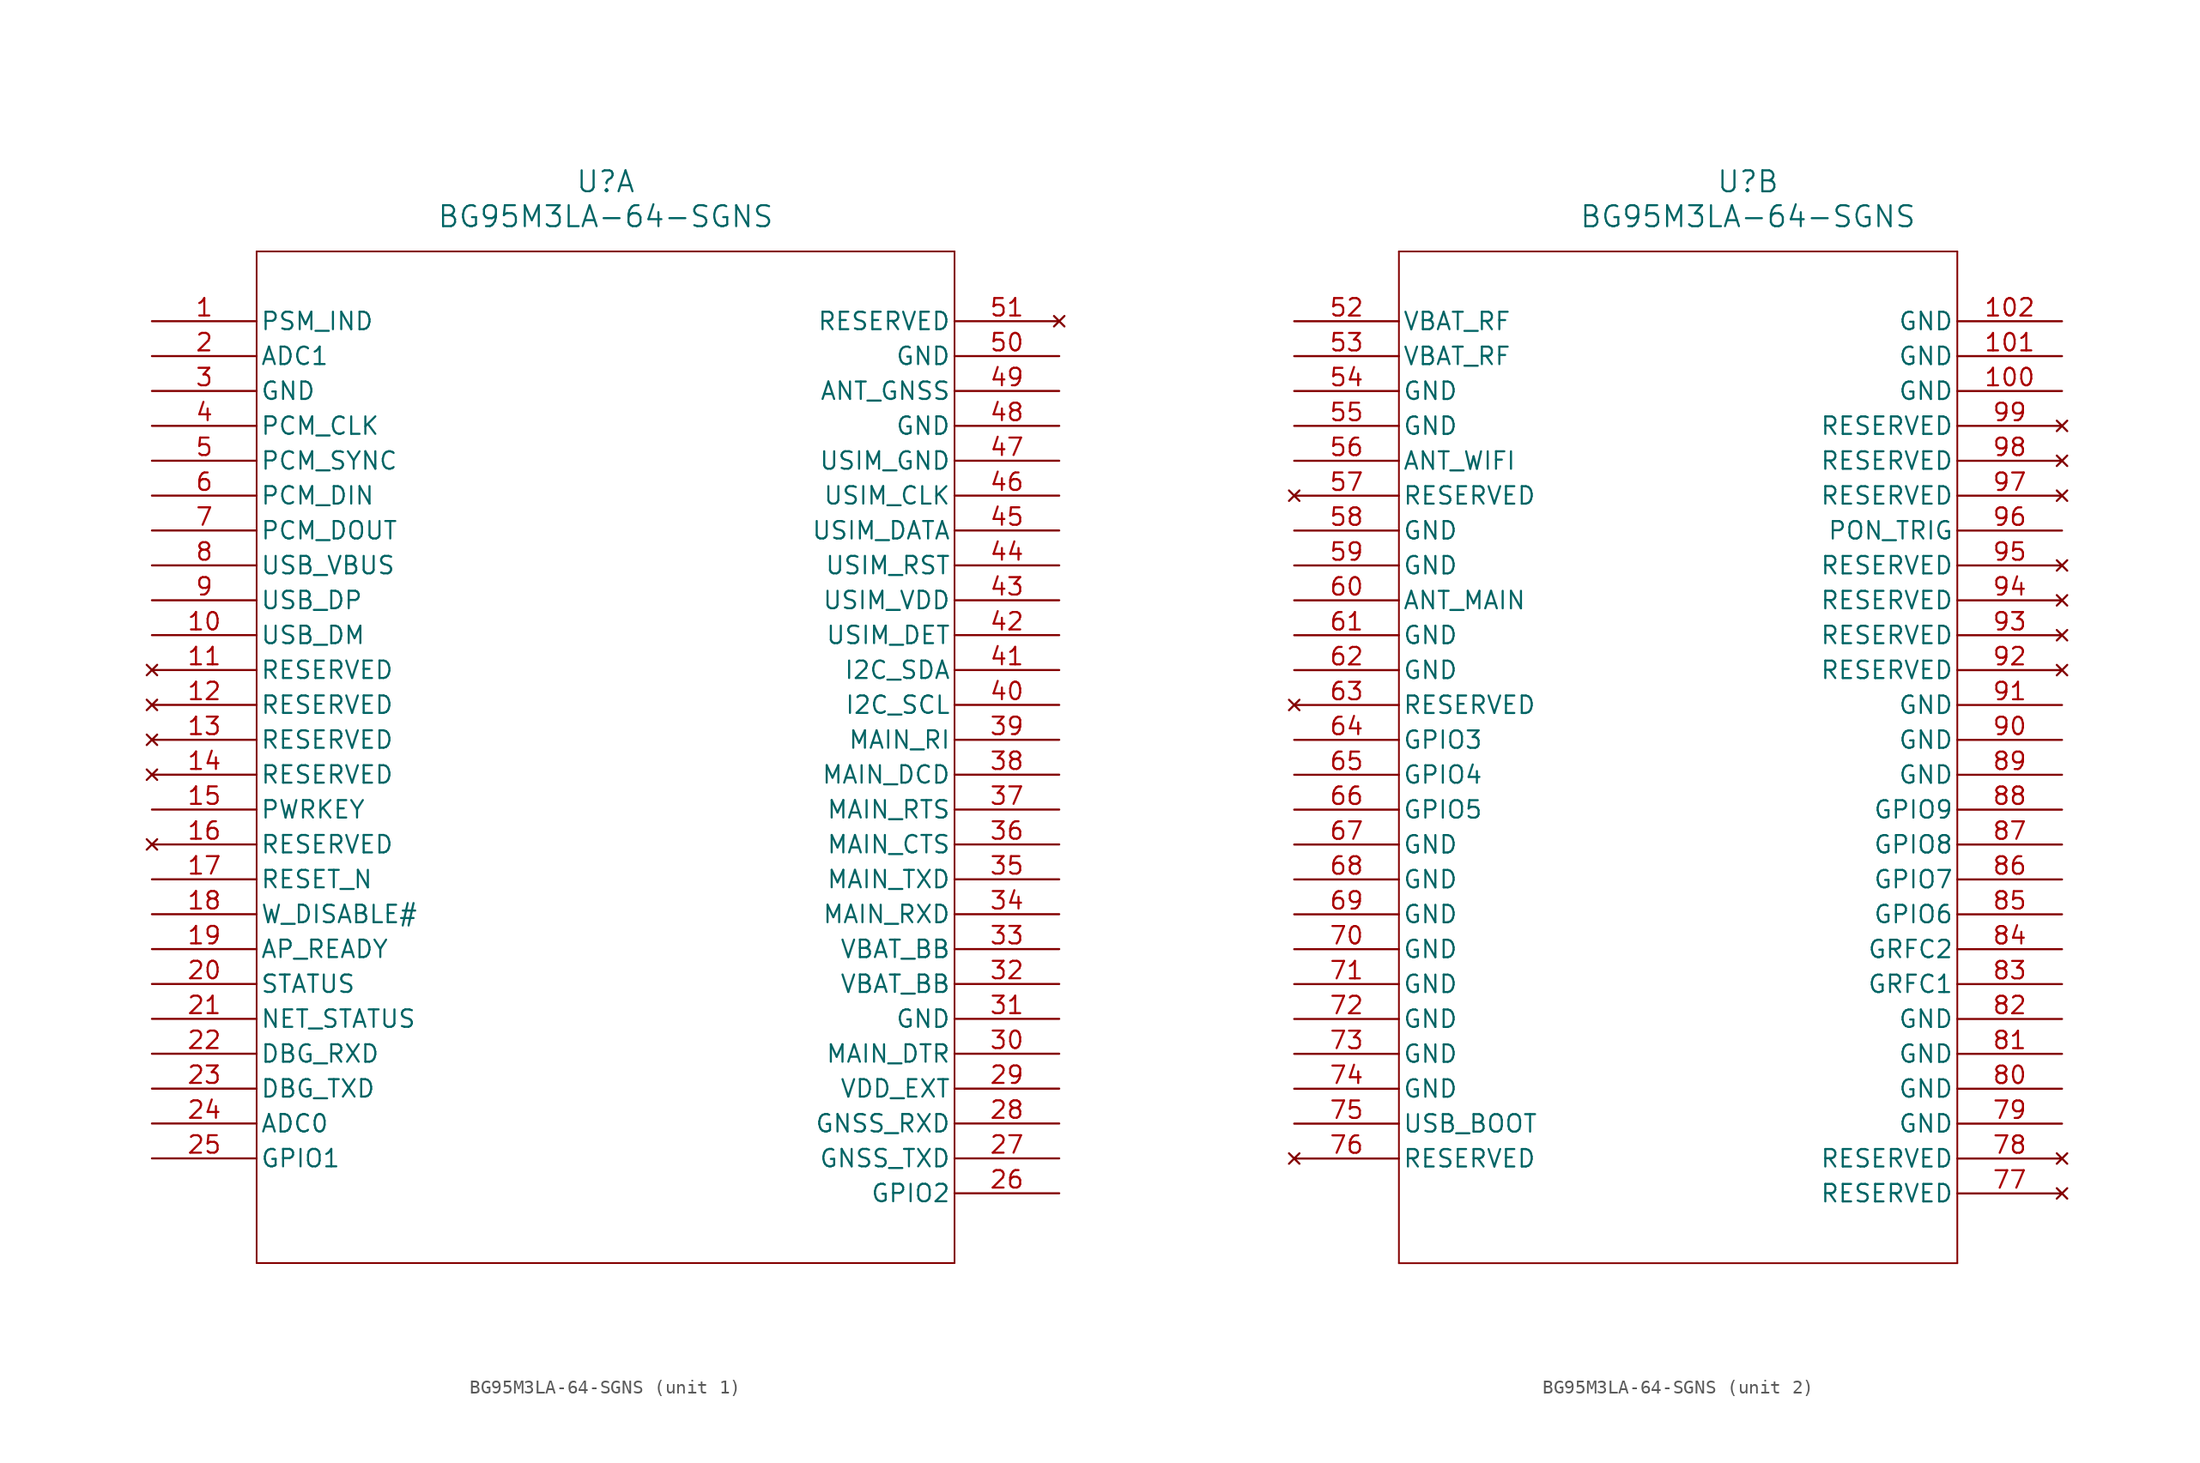
<source format=kicad_sym>
(kicad_symbol_lib
  (version 20231120)
  (generator "kicad_symbol_editor")
  (generator_version "8.0")
  (symbol "BG95M3LA-64-SGNS"
    (pin_names
      (offset 0.254))
    (property "Reference" "U"
      (at 33.02 10.16 0)
      (effects (font (size 1.524 1.524))))
    (property "Value" "BG95M3LA-64-SGNS"
      (at 33.02 7.62 0)
      (effects (font (size 1.524 1.524))))
    (property "ki_locked" ""
      (at 0 0 0)
      (effects (font (size 1.27 1.27))))
    (symbol "BG95M3LA-64-SGNS_1_1"
      (polyline (pts (xy 7.62 -68.58) (xy 58.42 -68.58)) (stroke (width 0.127) (type default)) (fill (type none)))
      (polyline (pts (xy 7.62 5.08) (xy 7.62 -68.58)) (stroke (width 0.127) (type default)) (fill (type none)))
      (polyline (pts (xy 58.42 -68.58) (xy 58.42 5.08)) (stroke (width 0.127) (type default)) (fill (type none)))
      (polyline (pts (xy 58.42 5.08) (xy 7.62 5.08)) (stroke (width 0.127) (type default)) (fill (type none)))
      (pin output line (at 0 0 0) (length 7.62) (name "PSM_IND" (effects (font (size 1.27 1.27)))) (number "1" (effects (font (size 1.27 1.27)))))
      (pin bidirectional line (at 0 -22.86 0) (length 7.62) (name "USB_DM" (effects (font (size 1.27 1.27)))) (number "10" (effects (font (size 1.27 1.27)))))
      (pin no_connect line (at 0 -25.4 0) (length 7.62) (name "RESERVED" (effects (font (size 1.27 1.27)))) (number "11" (effects (font (size 1.27 1.27)))))
      (pin no_connect line (at 0 -27.94 0) (length 7.62) (name "RESERVED" (effects (font (size 1.27 1.27)))) (number "12" (effects (font (size 1.27 1.27)))))
      (pin no_connect line (at 0 -30.48 0) (length 7.62) (name "RESERVED" (effects (font (size 1.27 1.27)))) (number "13" (effects (font (size 1.27 1.27)))))
      (pin no_connect line (at 0 -33.02 0) (length 7.62) (name "RESERVED" (effects (font (size 1.27 1.27)))) (number "14" (effects (font (size 1.27 1.27)))))
      (pin input line (at 0 -35.56 0) (length 7.62) (name "PWRKEY" (effects (font (size 1.27 1.27)))) (number "15" (effects (font (size 1.27 1.27)))))
      (pin no_connect line (at 0 -38.1 0) (length 7.62) (name "RESERVED" (effects (font (size 1.27 1.27)))) (number "16" (effects (font (size 1.27 1.27)))))
      (pin input line (at 0 -40.64 0) (length 7.62) (name "RESET_N" (effects (font (size 1.27 1.27)))) (number "17" (effects (font (size 1.27 1.27)))))
      (pin input line (at 0 -43.18 0) (length 7.62) (name "W_DISABLE#" (effects (font (size 1.27 1.27)))) (number "18" (effects (font (size 1.27 1.27)))))
      (pin input line (at 0 -45.72 0) (length 7.62) (name "AP_READY" (effects (font (size 1.27 1.27)))) (number "19" (effects (font (size 1.27 1.27)))))
      (pin input line (at 0 -2.54 0) (length 7.62) (name "ADC1" (effects (font (size 1.27 1.27)))) (number "2" (effects (font (size 1.27 1.27)))))
      (pin output line (at 0 -48.26 0) (length 7.62) (name "STATUS" (effects (font (size 1.27 1.27)))) (number "20" (effects (font (size 1.27 1.27)))))
      (pin output line (at 0 -50.8 0) (length 7.62) (name "NET_STATUS" (effects (font (size 1.27 1.27)))) (number "21" (effects (font (size 1.27 1.27)))))
      (pin input line (at 0 -53.34 0) (length 7.62) (name "DBG_RXD" (effects (font (size 1.27 1.27)))) (number "22" (effects (font (size 1.27 1.27)))))
      (pin output line (at 0 -55.88 0) (length 7.62) (name "DBG_TXD" (effects (font (size 1.27 1.27)))) (number "23" (effects (font (size 1.27 1.27)))))
      (pin input line (at 0 -58.42 0) (length 7.62) (name "ADC0" (effects (font (size 1.27 1.27)))) (number "24" (effects (font (size 1.27 1.27)))))
      (pin bidirectional line (at 0 -60.96 0) (length 7.62) (name "GPIO1" (effects (font (size 1.27 1.27)))) (number "25" (effects (font (size 1.27 1.27)))))
      (pin bidirectional line (at 66.04 -63.5 180) (length 7.62) (name "GPIO2" (effects (font (size 1.27 1.27)))) (number "26" (effects (font (size 1.27 1.27)))))
      (pin output line (at 66.04 -60.96 180) (length 7.62) (name "GNSS_TXD" (effects (font (size 1.27 1.27)))) (number "27" (effects (font (size 1.27 1.27)))))
      (pin input line (at 66.04 -58.42 180) (length 7.62) (name "GNSS_RXD" (effects (font (size 1.27 1.27)))) (number "28" (effects (font (size 1.27 1.27)))))
      (pin power_in line (at 66.04 -55.88 180) (length 7.62) (name "VDD_EXT" (effects (font (size 1.27 1.27)))) (number "29" (effects (font (size 1.27 1.27)))))
      (pin power_out line (at 0 -5.08 0) (length 7.62) (name "GND" (effects (font (size 1.27 1.27)))) (number "3" (effects (font (size 1.27 1.27)))))
      (pin input line (at 66.04 -53.34 180) (length 7.62) (name "MAIN_DTR" (effects (font (size 1.27 1.27)))) (number "30" (effects (font (size 1.27 1.27)))))
      (pin power_out line (at 66.04 -50.8 180) (length 7.62) (name "GND" (effects (font (size 1.27 1.27)))) (number "31" (effects (font (size 1.27 1.27)))))
      (pin power_in line (at 66.04 -48.26 180) (length 7.62) (name "VBAT_BB" (effects (font (size 1.27 1.27)))) (number "32" (effects (font (size 1.27 1.27)))))
      (pin power_in line (at 66.04 -45.72 180) (length 7.62) (name "VBAT_BB" (effects (font (size 1.27 1.27)))) (number "33" (effects (font (size 1.27 1.27)))))
      (pin input line (at 66.04 -43.18 180) (length 7.62) (name "MAIN_RXD" (effects (font (size 1.27 1.27)))) (number "34" (effects (font (size 1.27 1.27)))))
      (pin output line (at 66.04 -40.64 180) (length 7.62) (name "MAIN_TXD" (effects (font (size 1.27 1.27)))) (number "35" (effects (font (size 1.27 1.27)))))
      (pin output line (at 66.04 -38.1 180) (length 7.62) (name "MAIN_CTS" (effects (font (size 1.27 1.27)))) (number "36" (effects (font (size 1.27 1.27)))))
      (pin input line (at 66.04 -35.56 180) (length 7.62) (name "MAIN_RTS" (effects (font (size 1.27 1.27)))) (number "37" (effects (font (size 1.27 1.27)))))
      (pin output line (at 66.04 -33.02 180) (length 7.62) (name "MAIN_DCD" (effects (font (size 1.27 1.27)))) (number "38" (effects (font (size 1.27 1.27)))))
      (pin output line (at 66.04 -30.48 180) (length 7.62) (name "MAIN_RI" (effects (font (size 1.27 1.27)))) (number "39" (effects (font (size 1.27 1.27)))))
      (pin output line (at 0 -7.62 0) (length 7.62) (name "PCM_CLK" (effects (font (size 1.27 1.27)))) (number "4" (effects (font (size 1.27 1.27)))))
      (pin unspecified line (at 66.04 -27.94 180) (length 7.62) (name "I2C_SCL" (effects (font (size 1.27 1.27)))) (number "40" (effects (font (size 1.27 1.27)))))
      (pin unspecified line (at 66.04 -25.4 180) (length 7.62) (name "I2C_SDA" (effects (font (size 1.27 1.27)))) (number "41" (effects (font (size 1.27 1.27)))))
      (pin input line (at 66.04 -22.86 180) (length 7.62) (name "USIM_DET" (effects (font (size 1.27 1.27)))) (number "42" (effects (font (size 1.27 1.27)))))
      (pin power_in line (at 66.04 -20.32 180) (length 7.62) (name "USIM_VDD" (effects (font (size 1.27 1.27)))) (number "43" (effects (font (size 1.27 1.27)))))
      (pin output line (at 66.04 -17.78 180) (length 7.62) (name "USIM_RST" (effects (font (size 1.27 1.27)))) (number "44" (effects (font (size 1.27 1.27)))))
      (pin bidirectional line (at 66.04 -15.24 180) (length 7.62) (name "USIM_DATA" (effects (font (size 1.27 1.27)))) (number "45" (effects (font (size 1.27 1.27)))))
      (pin output line (at 66.04 -12.7 180) (length 7.62) (name "USIM_CLK" (effects (font (size 1.27 1.27)))) (number "46" (effects (font (size 1.27 1.27)))))
      (pin power_out line (at 66.04 -10.16 180) (length 7.62) (name "USIM_GND" (effects (font (size 1.27 1.27)))) (number "47" (effects (font (size 1.27 1.27)))))
      (pin power_out line (at 66.04 -7.62 180) (length 7.62) (name "GND" (effects (font (size 1.27 1.27)))) (number "48" (effects (font (size 1.27 1.27)))))
      (pin input line (at 66.04 -5.08 180) (length 7.62) (name "ANT_GNSS" (effects (font (size 1.27 1.27)))) (number "49" (effects (font (size 1.27 1.27)))))
      (pin output line (at 0 -10.16 0) (length 7.62) (name "PCM_SYNC" (effects (font (size 1.27 1.27)))) (number "5" (effects (font (size 1.27 1.27)))))
      (pin power_out line (at 66.04 -2.54 180) (length 7.62) (name "GND" (effects (font (size 1.27 1.27)))) (number "50" (effects (font (size 1.27 1.27)))))
      (pin no_connect line (at 66.04 0 180) (length 7.62) (name "RESERVED" (effects (font (size 1.27 1.27)))) (number "51" (effects (font (size 1.27 1.27)))))
      (pin input line (at 0 -12.7 0) (length 7.62) (name "PCM_DIN" (effects (font (size 1.27 1.27)))) (number "6" (effects (font (size 1.27 1.27)))))
      (pin output line (at 0 -15.24 0) (length 7.62) (name "PCM_DOUT" (effects (font (size 1.27 1.27)))) (number "7" (effects (font (size 1.27 1.27)))))
      (pin input line (at 0 -17.78 0) (length 7.62) (name "USB_VBUS" (effects (font (size 1.27 1.27)))) (number "8" (effects (font (size 1.27 1.27)))))
      (pin bidirectional line (at 0 -20.32 0) (length 7.62) (name "USB_DP" (effects (font (size 1.27 1.27)))) (number "9" (effects (font (size 1.27 1.27))))))
    (symbol "BG95M3LA-64-SGNS_2_1"
      (polyline (pts (xy 7.62 -68.58) (xy 48.26 -68.58)) (stroke (width 0.127) (type default)) (fill (type none)))
      (polyline (pts (xy 7.62 5.08) (xy 7.62 -68.58)) (stroke (width 0.127) (type default)) (fill (type none)))
      (polyline (pts (xy 48.26 -68.58) (xy 48.26 5.08)) (stroke (width 0.127) (type default)) (fill (type none)))
      (polyline (pts (xy 48.26 5.08) (xy 7.62 5.08)) (stroke (width 0.127) (type default)) (fill (type none)))
      (pin power_out line (at 55.88 -5.08 180) (length 7.62) (name "GND" (effects (font (size 1.27 1.27)))) (number "100" (effects (font (size 1.27 1.27)))))
      (pin power_out line (at 55.88 -2.54 180) (length 7.62) (name "GND" (effects (font (size 1.27 1.27)))) (number "101" (effects (font (size 1.27 1.27)))))
      (pin power_out line (at 55.88 0 180) (length 7.62) (name "GND" (effects (font (size 1.27 1.27)))) (number "102" (effects (font (size 1.27 1.27)))))
      (pin power_in line (at 0 0 0) (length 7.62) (name "VBAT_RF" (effects (font (size 1.27 1.27)))) (number "52" (effects (font (size 1.27 1.27)))))
      (pin power_in line (at 0 -2.54 0) (length 7.62) (name "VBAT_RF" (effects (font (size 1.27 1.27)))) (number "53" (effects (font (size 1.27 1.27)))))
      (pin power_out line (at 0 -5.08 0) (length 7.62) (name "GND" (effects (font (size 1.27 1.27)))) (number "54" (effects (font (size 1.27 1.27)))))
      (pin power_out line (at 0 -7.62 0) (length 7.62) (name "GND" (effects (font (size 1.27 1.27)))) (number "55" (effects (font (size 1.27 1.27)))))
      (pin input line (at 0 -10.16 0) (length 7.62) (name "ANT_WIFI" (effects (font (size 1.27 1.27)))) (number "56" (effects (font (size 1.27 1.27)))))
      (pin no_connect line (at 0 -12.7 0) (length 7.62) (name "RESERVED" (effects (font (size 1.27 1.27)))) (number "57" (effects (font (size 1.27 1.27)))))
      (pin power_out line (at 0 -15.24 0) (length 7.62) (name "GND" (effects (font (size 1.27 1.27)))) (number "58" (effects (font (size 1.27 1.27)))))
      (pin power_out line (at 0 -17.78 0) (length 7.62) (name "GND" (effects (font (size 1.27 1.27)))) (number "59" (effects (font (size 1.27 1.27)))))
      (pin bidirectional line (at 0 -20.32 0) (length 7.62) (name "ANT_MAIN" (effects (font (size 1.27 1.27)))) (number "60" (effects (font (size 1.27 1.27)))))
      (pin power_out line (at 0 -22.86 0) (length 7.62) (name "GND" (effects (font (size 1.27 1.27)))) (number "61" (effects (font (size 1.27 1.27)))))
      (pin power_out line (at 0 -25.4 0) (length 7.62) (name "GND" (effects (font (size 1.27 1.27)))) (number "62" (effects (font (size 1.27 1.27)))))
      (pin no_connect line (at 0 -27.94 0) (length 7.62) (name "RESERVED" (effects (font (size 1.27 1.27)))) (number "63" (effects (font (size 1.27 1.27)))))
      (pin bidirectional line (at 0 -30.48 0) (length 7.62) (name "GPIO3" (effects (font (size 1.27 1.27)))) (number "64" (effects (font (size 1.27 1.27)))))
      (pin bidirectional line (at 0 -33.02 0) (length 7.62) (name "GPIO4" (effects (font (size 1.27 1.27)))) (number "65" (effects (font (size 1.27 1.27)))))
      (pin bidirectional line (at 0 -35.56 0) (length 7.62) (name "GPIO5" (effects (font (size 1.27 1.27)))) (number "66" (effects (font (size 1.27 1.27)))))
      (pin power_out line (at 0 -38.1 0) (length 7.62) (name "GND" (effects (font (size 1.27 1.27)))) (number "67" (effects (font (size 1.27 1.27)))))
      (pin power_out line (at 0 -40.64 0) (length 7.62) (name "GND" (effects (font (size 1.27 1.27)))) (number "68" (effects (font (size 1.27 1.27)))))
      (pin power_out line (at 0 -43.18 0) (length 7.62) (name "GND" (effects (font (size 1.27 1.27)))) (number "69" (effects (font (size 1.27 1.27)))))
      (pin power_out line (at 0 -45.72 0) (length 7.62) (name "GND" (effects (font (size 1.27 1.27)))) (number "70" (effects (font (size 1.27 1.27)))))
      (pin power_out line (at 0 -48.26 0) (length 7.62) (name "GND" (effects (font (size 1.27 1.27)))) (number "71" (effects (font (size 1.27 1.27)))))
      (pin power_out line (at 0 -50.8 0) (length 7.62) (name "GND" (effects (font (size 1.27 1.27)))) (number "72" (effects (font (size 1.27 1.27)))))
      (pin power_out line (at 0 -53.34 0) (length 7.62) (name "GND" (effects (font (size 1.27 1.27)))) (number "73" (effects (font (size 1.27 1.27)))))
      (pin power_out line (at 0 -55.88 0) (length 7.62) (name "GND" (effects (font (size 1.27 1.27)))) (number "74" (effects (font (size 1.27 1.27)))))
      (pin input line (at 0 -58.42 0) (length 7.62) (name "USB_BOOT" (effects (font (size 1.27 1.27)))) (number "75" (effects (font (size 1.27 1.27)))))
      (pin no_connect line (at 0 -60.96 0) (length 7.62) (name "RESERVED" (effects (font (size 1.27 1.27)))) (number "76" (effects (font (size 1.27 1.27)))))
      (pin no_connect line (at 55.88 -63.5 180) (length 7.62) (name "RESERVED" (effects (font (size 1.27 1.27)))) (number "77" (effects (font (size 1.27 1.27)))))
      (pin no_connect line (at 55.88 -60.96 180) (length 7.62) (name "RESERVED" (effects (font (size 1.27 1.27)))) (number "78" (effects (font (size 1.27 1.27)))))
      (pin power_out line (at 55.88 -58.42 180) (length 7.62) (name "GND" (effects (font (size 1.27 1.27)))) (number "79" (effects (font (size 1.27 1.27)))))
      (pin power_out line (at 55.88 -55.88 180) (length 7.62) (name "GND" (effects (font (size 1.27 1.27)))) (number "80" (effects (font (size 1.27 1.27)))))
      (pin power_out line (at 55.88 -53.34 180) (length 7.62) (name "GND" (effects (font (size 1.27 1.27)))) (number "81" (effects (font (size 1.27 1.27)))))
      (pin power_out line (at 55.88 -50.8 180) (length 7.62) (name "GND" (effects (font (size 1.27 1.27)))) (number "82" (effects (font (size 1.27 1.27)))))
      (pin output line (at 55.88 -48.26 180) (length 7.62) (name "GRFC1" (effects (font (size 1.27 1.27)))) (number "83" (effects (font (size 1.27 1.27)))))
      (pin output line (at 55.88 -45.72 180) (length 7.62) (name "GRFC2" (effects (font (size 1.27 1.27)))) (number "84" (effects (font (size 1.27 1.27)))))
      (pin bidirectional line (at 55.88 -43.18 180) (length 7.62) (name "GPIO6" (effects (font (size 1.27 1.27)))) (number "85" (effects (font (size 1.27 1.27)))))
      (pin bidirectional line (at 55.88 -40.64 180) (length 7.62) (name "GPIO7" (effects (font (size 1.27 1.27)))) (number "86" (effects (font (size 1.27 1.27)))))
      (pin bidirectional line (at 55.88 -38.1 180) (length 7.62) (name "GPIO8" (effects (font (size 1.27 1.27)))) (number "87" (effects (font (size 1.27 1.27)))))
      (pin bidirectional line (at 55.88 -35.56 180) (length 7.62) (name "GPIO9" (effects (font (size 1.27 1.27)))) (number "88" (effects (font (size 1.27 1.27)))))
      (pin power_out line (at 55.88 -33.02 180) (length 7.62) (name "GND" (effects (font (size 1.27 1.27)))) (number "89" (effects (font (size 1.27 1.27)))))
      (pin power_out line (at 55.88 -30.48 180) (length 7.62) (name "GND" (effects (font (size 1.27 1.27)))) (number "90" (effects (font (size 1.27 1.27)))))
      (pin power_out line (at 55.88 -27.94 180) (length 7.62) (name "GND" (effects (font (size 1.27 1.27)))) (number "91" (effects (font (size 1.27 1.27)))))
      (pin no_connect line (at 55.88 -25.4 180) (length 7.62) (name "RESERVED" (effects (font (size 1.27 1.27)))) (number "92" (effects (font (size 1.27 1.27)))))
      (pin no_connect line (at 55.88 -22.86 180) (length 7.62) (name "RESERVED" (effects (font (size 1.27 1.27)))) (number "93" (effects (font (size 1.27 1.27)))))
      (pin no_connect line (at 55.88 -20.32 180) (length 7.62) (name "RESERVED" (effects (font (size 1.27 1.27)))) (number "94" (effects (font (size 1.27 1.27)))))
      (pin no_connect line (at 55.88 -17.78 180) (length 7.62) (name "RESERVED" (effects (font (size 1.27 1.27)))) (number "95" (effects (font (size 1.27 1.27)))))
      (pin input line (at 55.88 -15.24 180) (length 7.62) (name "PON_TRIG" (effects (font (size 1.27 1.27)))) (number "96" (effects (font (size 1.27 1.27)))))
      (pin no_connect line (at 55.88 -12.7 180) (length 7.62) (name "RESERVED" (effects (font (size 1.27 1.27)))) (number "97" (effects (font (size 1.27 1.27)))))
      (pin no_connect line (at 55.88 -10.16 180) (length 7.62) (name "RESERVED" (effects (font (size 1.27 1.27)))) (number "98" (effects (font (size 1.27 1.27)))))
      (pin no_connect line (at 55.88 -7.62 180) (length 7.62) (name "RESERVED" (effects (font (size 1.27 1.27)))) (number "99" (effects (font (size 1.27 1.27))))))))
</source>
